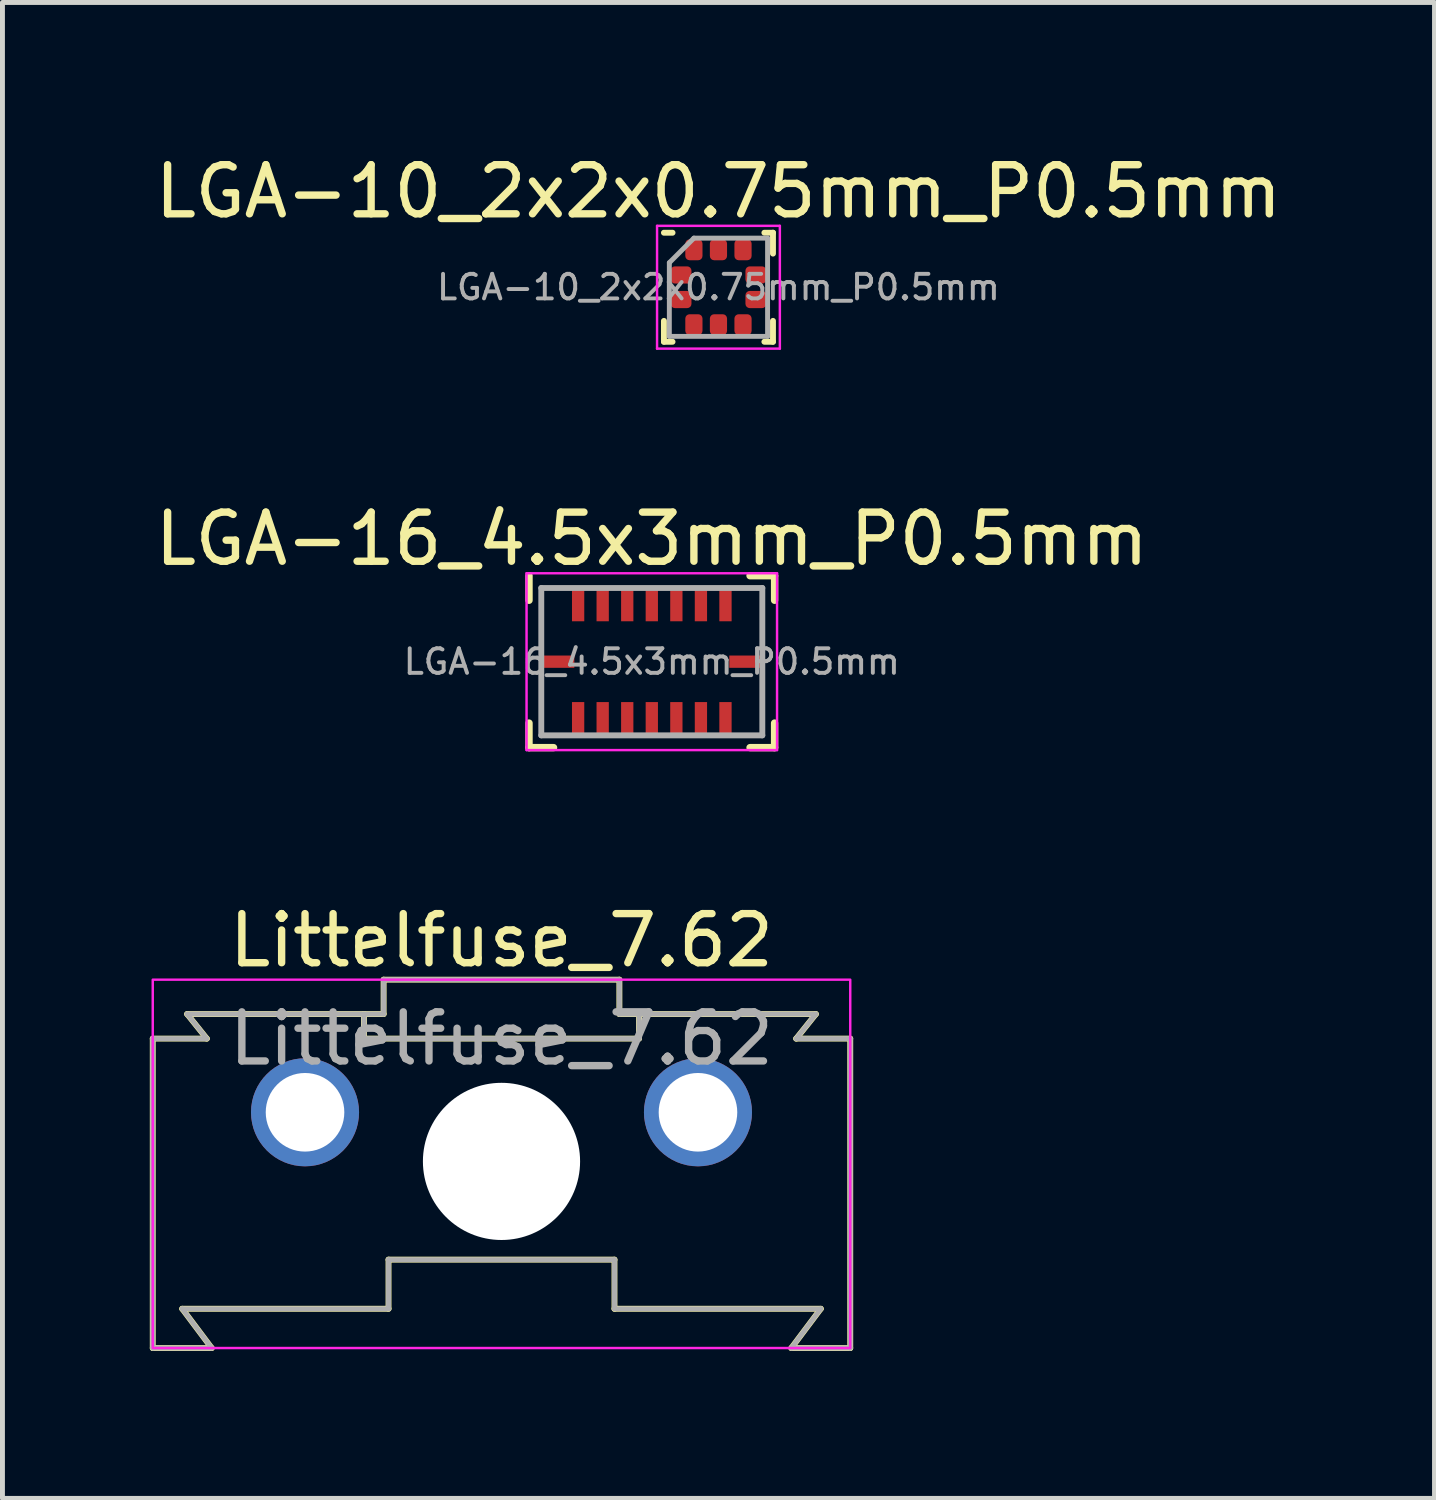
<source format=kicad_pcb>
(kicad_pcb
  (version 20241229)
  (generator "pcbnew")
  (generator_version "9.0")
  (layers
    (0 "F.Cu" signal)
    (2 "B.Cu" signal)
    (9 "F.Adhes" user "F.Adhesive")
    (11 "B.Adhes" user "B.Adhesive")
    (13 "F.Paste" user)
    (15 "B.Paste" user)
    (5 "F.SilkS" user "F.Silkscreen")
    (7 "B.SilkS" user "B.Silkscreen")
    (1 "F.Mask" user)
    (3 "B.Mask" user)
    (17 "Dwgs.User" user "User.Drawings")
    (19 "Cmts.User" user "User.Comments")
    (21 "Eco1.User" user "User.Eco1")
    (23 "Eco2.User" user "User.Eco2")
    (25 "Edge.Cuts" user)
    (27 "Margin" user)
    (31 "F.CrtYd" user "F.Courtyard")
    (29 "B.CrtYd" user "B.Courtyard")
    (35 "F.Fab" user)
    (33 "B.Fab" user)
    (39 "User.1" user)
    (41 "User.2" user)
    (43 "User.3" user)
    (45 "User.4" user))
  (footprint "LGA-10_2x2x0.75mm_P0.5mm"
    (layer "F.Cu")
    (at 11.577 2.798)
    (property "Reference" "LGA-10_2x2x0.75mm_P0.5mm" (at 0 -1.95 0) (layer "F.SilkS") (effects (font (size 1 1) (thickness 0.15))))
    (attr smd)
    (fp_line (start -1.11 1.11) (end -1.11 0.685) (stroke (width 0.12) (type solid)) (layer "F.SilkS"))
    (fp_line (start -0.935 -1.11) (end -1.11 -1.11) (stroke (width 0.12) (type solid)) (layer "F.SilkS"))
    (fp_line (start -0.935 1.11) (end -1.11 1.11) (stroke (width 0.12) (type solid)) (layer "F.SilkS"))
    (fp_line (start 0.935 -1.11) (end 1.11 -1.11) (stroke (width 0.12) (type solid)) (layer "F.SilkS"))
    (fp_line (start 0.935 1.11) (end 1.11 1.11) (stroke (width 0.12) (type solid)) (layer "F.SilkS"))
    (fp_line (start 1.11 -1.11) (end 1.11 -0.685) (stroke (width 0.12) (type solid)) (layer "F.SilkS"))
    (fp_line (start 1.11 1.11) (end 1.11 0.685) (stroke (width 0.12) (type solid)) (layer "F.SilkS"))
    (fp_line (start -1.25 -1.25) (end -1.25 1.25) (stroke (width 0.05) (type solid)) (layer "F.CrtYd"))
    (fp_line (start -1.25 1.25) (end 1.25 1.25) (stroke (width 0.05) (type solid)) (layer "F.CrtYd"))
    (fp_line (start 1.25 -1.25) (end -1.25 -1.25) (stroke (width 0.05) (type solid)) (layer "F.CrtYd"))
    (fp_line (start 1.25 1.25) (end 1.25 -1.25) (stroke (width 0.05) (type solid)) (layer "F.CrtYd"))
    (fp_line (start -1 -0.5) (end -0.5 -1) (stroke (width 0.1) (type solid)) (layer "F.Fab"))
    (fp_line (start -1 1) (end -1 -0.5) (stroke (width 0.1) (type solid)) (layer "F.Fab"))
    (fp_line (start -0.5 -1) (end 1 -1) (stroke (width 0.1) (type solid)) (layer "F.Fab"))
    (fp_line (start 1 -1) (end 1 1) (stroke (width 0.1) (type solid)) (layer "F.Fab"))
    (fp_line (start 1 1) (end -1 1) (stroke (width 0.1) (type solid)) (layer "F.Fab"))
    (fp_text user "${REFERENCE}" (at 0 0 0) (layer "F.Fab") (effects (font (size 0.5 0.5) (thickness 0.08))))
    (pad "1" smd roundrect (at -0.762 -0.25) (size 0.425 0.35) (layers "F.Cu" "F.Mask" "F.Paste") (roundrect_rratio 0.25))
    (pad "2" smd roundrect (at -0.762 0.25) (size 0.425 0.35) (layers "F.Cu" "F.Mask" "F.Paste") (roundrect_rratio 0.25))
    (pad "3" smd roundrect (at -0.5 0.762) (size 0.35 0.425) (layers "F.Cu" "F.Mask" "F.Paste") (roundrect_rratio 0.25))
    (pad "4" smd roundrect (at 0 0.762) (size 0.35 0.425) (layers "F.Cu" "F.Mask" "F.Paste") (roundrect_rratio 0.25))
    (pad "5" smd roundrect (at 0.5 0.762) (size 0.35 0.425) (layers "F.Cu" "F.Mask" "F.Paste") (roundrect_rratio 0.25))
    (pad "6" smd roundrect (at 0.762 0.25) (size 0.425 0.35) (layers "F.Cu" "F.Mask" "F.Paste") (roundrect_rratio 0.25))
    (pad "7" smd roundrect (at 0.762 -0.25) (size 0.425 0.35) (layers "F.Cu" "F.Mask" "F.Paste") (roundrect_rratio 0.25))
    (pad "8" smd roundrect (at 0.5 -0.762) (size 0.35 0.425) (layers "F.Cu" "F.Mask" "F.Paste") (roundrect_rratio 0.25))
    (pad "9" smd roundrect (at 0 -0.762) (size 0.35 0.425) (layers "F.Cu" "F.Mask" "F.Paste") (roundrect_rratio 0.25))
    (pad "10" smd roundrect (at -0.5 -0.762) (size 0.35 0.425) (layers "F.Cu" "F.Mask" "F.Paste") (roundrect_rratio 0.25)))
  (footprint "Littelfuse_7.62"
    (layer "F.Cu")
    (at 7.16 19.595)
    (property "Reference" "Littelfuse_7.62" (at 0 -3.5 0) (unlocked yes) (layer "F.SilkS") (effects (font (size 1 1) (thickness 0.15))))
    (attr through_hole)
    (fp_line (start -7.1 -1.5) (end -6 -1.5) (stroke (width 0.12) (type solid)) (layer "F.SilkS"))
    (fp_line (start -7.1 4.8) (end -7.1 -1.5) (stroke (width 0.12) (type solid)) (layer "F.SilkS"))
    (fp_line (start -6.5 4) (end -5.9 4.8) (stroke (width 0.12) (type solid)) (layer "F.SilkS"))
    (fp_line (start -6.5 4) (end -2.3 4) (stroke (width 0.12) (type solid)) (layer "F.SilkS"))
    (fp_line (start -6.4 -2) (end -2.4 -2) (stroke (width 0.12) (type solid)) (layer "F.SilkS"))
    (fp_line (start -6 -1.5) (end -6.4 -2) (stroke (width 0.12) (type solid)) (layer "F.SilkS"))
    (fp_line (start -5.9 4.8) (end -7.1 4.8) (stroke (width 0.12) (type solid)) (layer "F.SilkS"))
    (fp_line (start -2.8 -2) (end -2.8 -1.5) (stroke (width 0.12) (type solid)) (layer "F.SilkS"))
    (fp_line (start -2.8 -1.5) (end 2.8 -1.5) (stroke (width 0.12) (type solid)) (layer "F.SilkS"))
    (fp_line (start -2.4 -2.7) (end 2.4 -2.7) (stroke (width 0.12) (type solid)) (layer "F.SilkS"))
    (fp_line (start -2.4 -2) (end -2.4 -2.7) (stroke (width 0.12) (type solid)) (layer "F.SilkS"))
    (fp_line (start -2.3 3) (end -2.3 4) (stroke (width 0.12) (type solid)) (layer "F.SilkS"))
    (fp_line (start 2.3 3) (end -2.3 3) (stroke (width 0.12) (type solid)) (layer "F.SilkS"))
    (fp_line (start 2.3 4) (end 2.3 3) (stroke (width 0.12) (type solid)) (layer "F.SilkS"))
    (fp_line (start 2.4 -2) (end 2.4 -2.7) (stroke (width 0.12) (type solid)) (layer "F.SilkS"))
    (fp_line (start 2.8 -1.5) (end 2.8 -2) (stroke (width 0.12) (type solid)) (layer "F.SilkS"))
    (fp_line (start 5.9 4.8) (end 6.5 4) (stroke (width 0.12) (type solid)) (layer "F.SilkS"))
    (fp_line (start 6 -1.5) (end 6.4 -2) (stroke (width 0.12) (type solid)) (layer "F.SilkS"))
    (fp_line (start 6 -1.5) (end 7.1 -1.5) (stroke (width 0.12) (type solid)) (layer "F.SilkS"))
    (fp_line (start 6.4 -2) (end 2.4 -2) (stroke (width 0.12) (type solid)) (layer "F.SilkS"))
    (fp_line (start 6.5 4) (end 2.3 4) (stroke (width 0.12) (type solid)) (layer "F.SilkS"))
    (fp_line (start 7.1 4.8) (end 5.9 4.8) (stroke (width 0.12) (type solid)) (layer "F.SilkS"))
    (fp_line (start 7.1 4.8) (end 7.1 -1.5) (stroke (width 0.12) (type solid)) (layer "F.SilkS"))
    (fp_rect (start 7.1 -2.7) (end -7.1 4.8) (stroke (width 0.05) (type solid)) (fill no) (layer "F.CrtYd"))
    (fp_line (start -7.1 -1.5) (end -7.1 4.8) (stroke (width 0.1) (type solid)) (layer "F.Fab"))
    (fp_line (start -7.1 4.8) (end -5.9 4.8) (stroke (width 0.1) (type solid)) (layer "F.Fab"))
    (fp_line (start -6.5 4) (end -2.3 4) (stroke (width 0.1) (type solid)) (layer "F.Fab"))
    (fp_line (start -6.4 -2) (end -6 -1.5) (stroke (width 0.1) (type solid)) (layer "F.Fab"))
    (fp_line (start -6 -1.5) (end -7.1 -1.5) (stroke (width 0.1) (type solid)) (layer "F.Fab"))
    (fp_line (start -5.9 4.8) (end -6.5 4) (stroke (width 0.1) (type solid)) (layer "F.Fab"))
    (fp_line (start -2.8 -2) (end -2.8 -1.5) (stroke (width 0.1) (type solid)) (layer "F.Fab"))
    (fp_line (start -2.8 -1.5) (end 2.8 -1.5) (stroke (width 0.1) (type solid)) (layer "F.Fab"))
    (fp_line (start -2.4 -2.7) (end -2.4 -2) (stroke (width 0.1) (type solid)) (layer "F.Fab"))
    (fp_line (start -2.4 -2) (end -6.4 -2) (stroke (width 0.1) (type solid)) (layer "F.Fab"))
    (fp_line (start -2.3 3) (end 2.3 3) (stroke (width 0.1) (type solid)) (layer "F.Fab"))
    (fp_line (start -2.3 4) (end -2.3 3) (stroke (width 0.1) (type solid)) (layer "F.Fab"))
    (fp_line (start 2.3 3) (end 2.3 4) (stroke (width 0.1) (type solid)) (layer "F.Fab"))
    (fp_line (start 2.3 4) (end 6.5 4) (stroke (width 0.1) (type solid)) (layer "F.Fab"))
    (fp_line (start 2.4 -2.7) (end -2.4 -2.7) (stroke (width 0.1) (type solid)) (layer "F.Fab"))
    (fp_line (start 2.4 -2) (end 2.4 -2.7) (stroke (width 0.1) (type solid)) (layer "F.Fab"))
    (fp_line (start 2.8 -1.5) (end 2.8 -2) (stroke (width 0.1) (type solid)) (layer "F.Fab"))
    (fp_line (start 5.9 4.8) (end 7.1 4.8) (stroke (width 0.1) (type solid)) (layer "F.Fab"))
    (fp_line (start 6 -1.5) (end 6.4 -2) (stroke (width 0.1) (type solid)) (layer "F.Fab"))
    (fp_line (start 6.4 -2) (end 2.4 -2) (stroke (width 0.1) (type solid)) (layer "F.Fab"))
    (fp_line (start 6.5 4) (end 5.9 4.8) (stroke (width 0.1) (type solid)) (layer "F.Fab"))
    (fp_line (start 7.1 -1.5) (end 6 -1.5) (stroke (width 0.1) (type solid)) (layer "F.Fab"))
    (fp_line (start 7.1 4.8) (end 7.1 -1.5) (stroke (width 0.1) (type solid)) (layer "F.Fab"))
    (fp_text user "${REFERENCE}" (at 0 -1.5 0) (unlocked yes) (layer "F.Fab") (effects (font (size 1 1) (thickness 0.15))))
    (pad "" np_thru_hole circle (at 0 1) (size 3.2 3.2) (drill 3.2) (layers "*.Cu" "*.Mask"))
    (pad "1" thru_hole circle (at -4 0) (size 2.2 2.2) (drill 1.6) (layers "*.Cu" "*.Mask"))
    (pad "2" thru_hole circle (at 4 0) (size 2.2 2.2) (drill 1.6) (layers "*.Cu" "*.Mask")))
  (footprint "LGA-16_4.5x3mm_P0.5mm"
    (layer "F.Cu")
    (at 10.22 10.421)
    (property "Reference" "LGA-16_4.5x3mm_P0.5mm" (at 0 -2.5 0) (layer "F.SilkS") (effects (font (size 1 1) (thickness 0.15))))
    (attr smd)
    (fp_line (start -2.5 -1.75) (end -2.5 -1.25) (stroke (width 0.15) (type solid)) (layer "F.SilkS"))
    (fp_line (start -2.5 1.75) (end -2.5 1.25) (stroke (width 0.15) (type solid)) (layer "F.SilkS"))
    (fp_line (start -2.5 1.75) (end -2 1.75) (stroke (width 0.15) (type solid)) (layer "F.SilkS"))
    (fp_line (start 2.5 -1.75) (end 2 -1.75) (stroke (width 0.15) (type solid)) (layer "F.SilkS"))
    (fp_line (start 2.5 -1.75) (end 2.5 -1.25) (stroke (width 0.15) (type solid)) (layer "F.SilkS"))
    (fp_line (start 2.5 1.75) (end 2 1.75) (stroke (width 0.15) (type solid)) (layer "F.SilkS"))
    (fp_line (start 2.5 1.75) (end 2.5 1.25) (stroke (width 0.15) (type solid)) (layer "F.SilkS"))
    (fp_line (start -2.55 -1.8) (end -2.55 1.8) (stroke (width 0.05) (type solid)) (layer "F.CrtYd"))
    (fp_line (start -2.55 1.8) (end 2.55 1.8) (stroke (width 0.05) (type solid)) (layer "F.CrtYd"))
    (fp_line (start 2.55 -1.8) (end -2.55 -1.8) (stroke (width 0.05) (type solid)) (layer "F.CrtYd"))
    (fp_line (start 2.55 1.8) (end 2.55 -1.8) (stroke (width 0.05) (type solid)) (layer "F.CrtYd"))
    (fp_line (start -2.25 -1.5) (end 2.25 -1.5) (stroke (width 0.12) (type solid)) (layer "F.Fab"))
    (fp_line (start -2.25 1.5) (end -2.25 -1.5) (stroke (width 0.12) (type solid)) (layer "F.Fab"))
    (fp_line (start 2.25 -1.5) (end 2.25 1.5) (stroke (width 0.12) (type solid)) (layer "F.Fab"))
    (fp_line (start 2.25 1.5) (end -2.25 1.5) (stroke (width 0.12) (type solid)) (layer "F.Fab"))
    (fp_text user "${REFERENCE}" (at 0 0 0) (layer "F.Fab") (effects (font (size 0.5 0.5) (thickness 0.08))))
    (pad "1" smd rect (at -1.5 -1.16) (size 0.25 0.675) (layers "F.Cu" "F.Mask" "F.Paste"))
    (pad "2" smd rect (at -1 -1.16) (size 0.25 0.675) (layers "F.Cu" "F.Mask" "F.Paste"))
    (pad "3" smd rect (at -0.5 -1.16) (size 0.25 0.675) (layers "F.Cu" "F.Mask" "F.Paste"))
    (pad "4" smd rect (at 0 -1.16) (size 0.25 0.675) (layers "F.Cu" "F.Mask" "F.Paste"))
    (pad "5" smd rect (at 0.5 -1.16) (size 0.25 0.675) (layers "F.Cu" "F.Mask" "F.Paste"))
    (pad "6" smd rect (at 1 -1.16) (size 0.25 0.675) (layers "F.Cu" "F.Mask" "F.Paste"))
    (pad "7" smd rect (at 1.5 -1.16) (size 0.25 0.675) (layers "F.Cu" "F.Mask" "F.Paste"))
    (pad "8" smd rect (at 1.915 0 90) (size 0.25 0.675) (layers "F.Cu" "F.Mask" "F.Paste"))
    (pad "9" smd rect (at 1.5 1.16) (size 0.25 0.675) (layers "F.Cu" "F.Mask" "F.Paste"))
    (pad "10" smd rect (at 1 1.16) (size 0.25 0.675) (layers "F.Cu" "F.Mask" "F.Paste"))
    (pad "11" smd rect (at 0.5 1.16) (size 0.25 0.675) (layers "F.Cu" "F.Mask" "F.Paste"))
    (pad "12" smd rect (at 0 1.16) (size 0.25 0.675) (layers "F.Cu" "F.Mask" "F.Paste"))
    (pad "13" smd rect (at -0.5 1.16) (size 0.25 0.675) (layers "F.Cu" "F.Mask" "F.Paste"))
    (pad "14" smd rect (at -1 1.16) (size 0.25 0.675) (layers "F.Cu" "F.Mask" "F.Paste"))
    (pad "15" smd rect (at -1.5 1.16) (size 0.25 0.675) (layers "F.Cu" "F.Mask" "F.Paste"))
    (pad "16" smd rect (at -1.915 0 90) (size 0.25 0.675) (layers "F.Cu" "F.Mask" "F.Paste")))
  (gr_rect
    (start -3 -3)
    (end 26.155 27.455)
    (stroke (width 0.1) (type default))
    (fill no)
    (layer "Edge.Cuts")))
</source>
